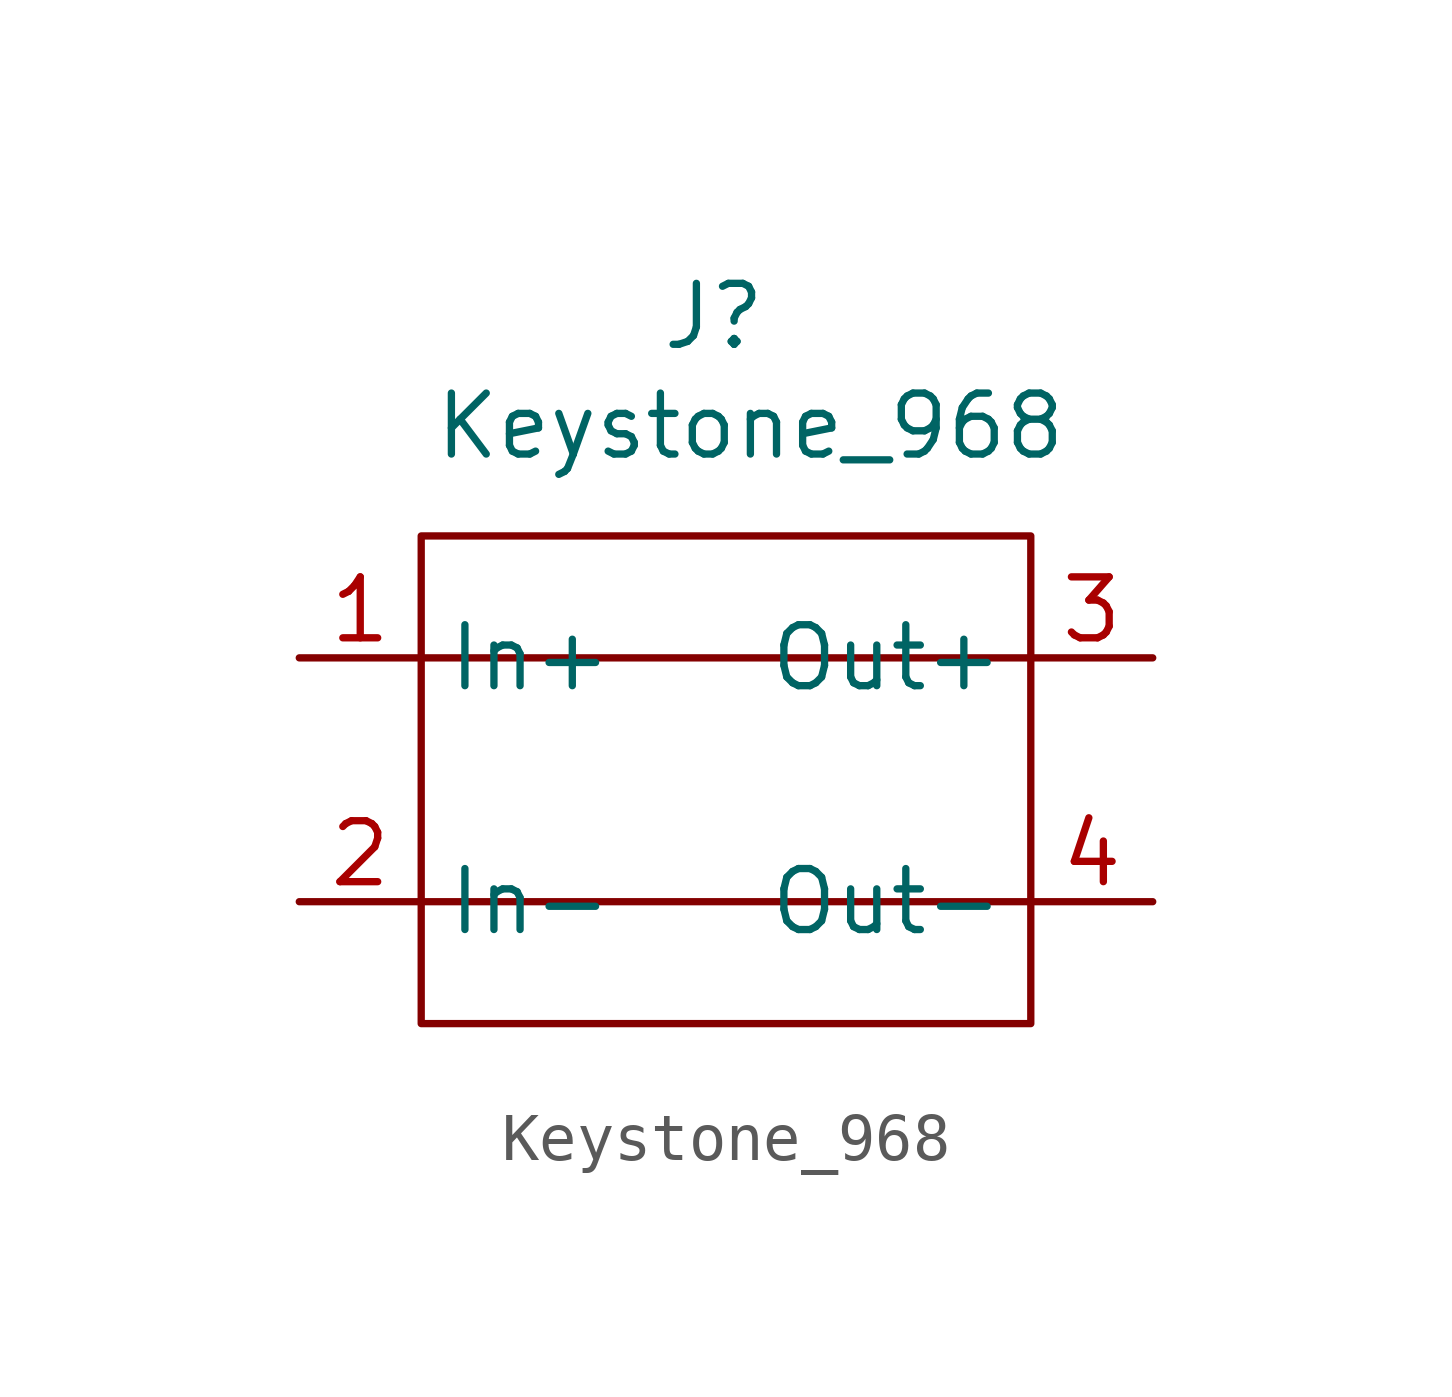
<source format=kicad_sym>
(kicad_symbol_lib
  (version 20241209)
  (generator "kicad_symbol_editor")
  (generator_version "9.0")
  (symbol "Keystone_968"
    (property "Reference" "J"
      (at -0.254 9.652 0)
      (effects (font (size 1.27 1.27))))
    (property "Value" "Keystone_968"
      (at 0.508 7.366 0)
      (effects (font (size 1.27 1.27))))
    (symbol "Keystone_968_0_1"
      (polyline (pts (xy -6.35 2.54) (xy 6.35 2.54)) (stroke (width 0) (type default)) (fill (type none)))
      (polyline (pts (xy -6.35 -2.54) (xy 6.35 -2.54)) (stroke (width 0) (type default)) (fill (type none)))
      (rectangle (start 6.35 5.08) (end -6.35 -5.08) (stroke (width 0) (type default)) (fill (type none))))
    (symbol "Keystone_968_1_1"
      (pin input line (at -8.89 2.54 0) (length 2.54) (name "In+" (effects (font (size 1.27 1.27)))) (number "1" (effects (font (size 1.27 1.27)))))
      (pin input line (at -8.89 -2.54 0) (length 2.54) (name "In-" (effects (font (size 1.27 1.27)))) (number "2" (effects (font (size 1.27 1.27)))))
      (pin output line (at 8.89 2.54 180) (length 2.54) (name "Out+" (effects (font (size 1.27 1.27)))) (number "3" (effects (font (size 1.27 1.27)))))
      (pin output line (at 8.89 -2.54 180) (length 2.54) (name "Out-" (effects (font (size 1.27 1.27)))) (number "4" (effects (font (size 1.27 1.27))))))))
</source>
